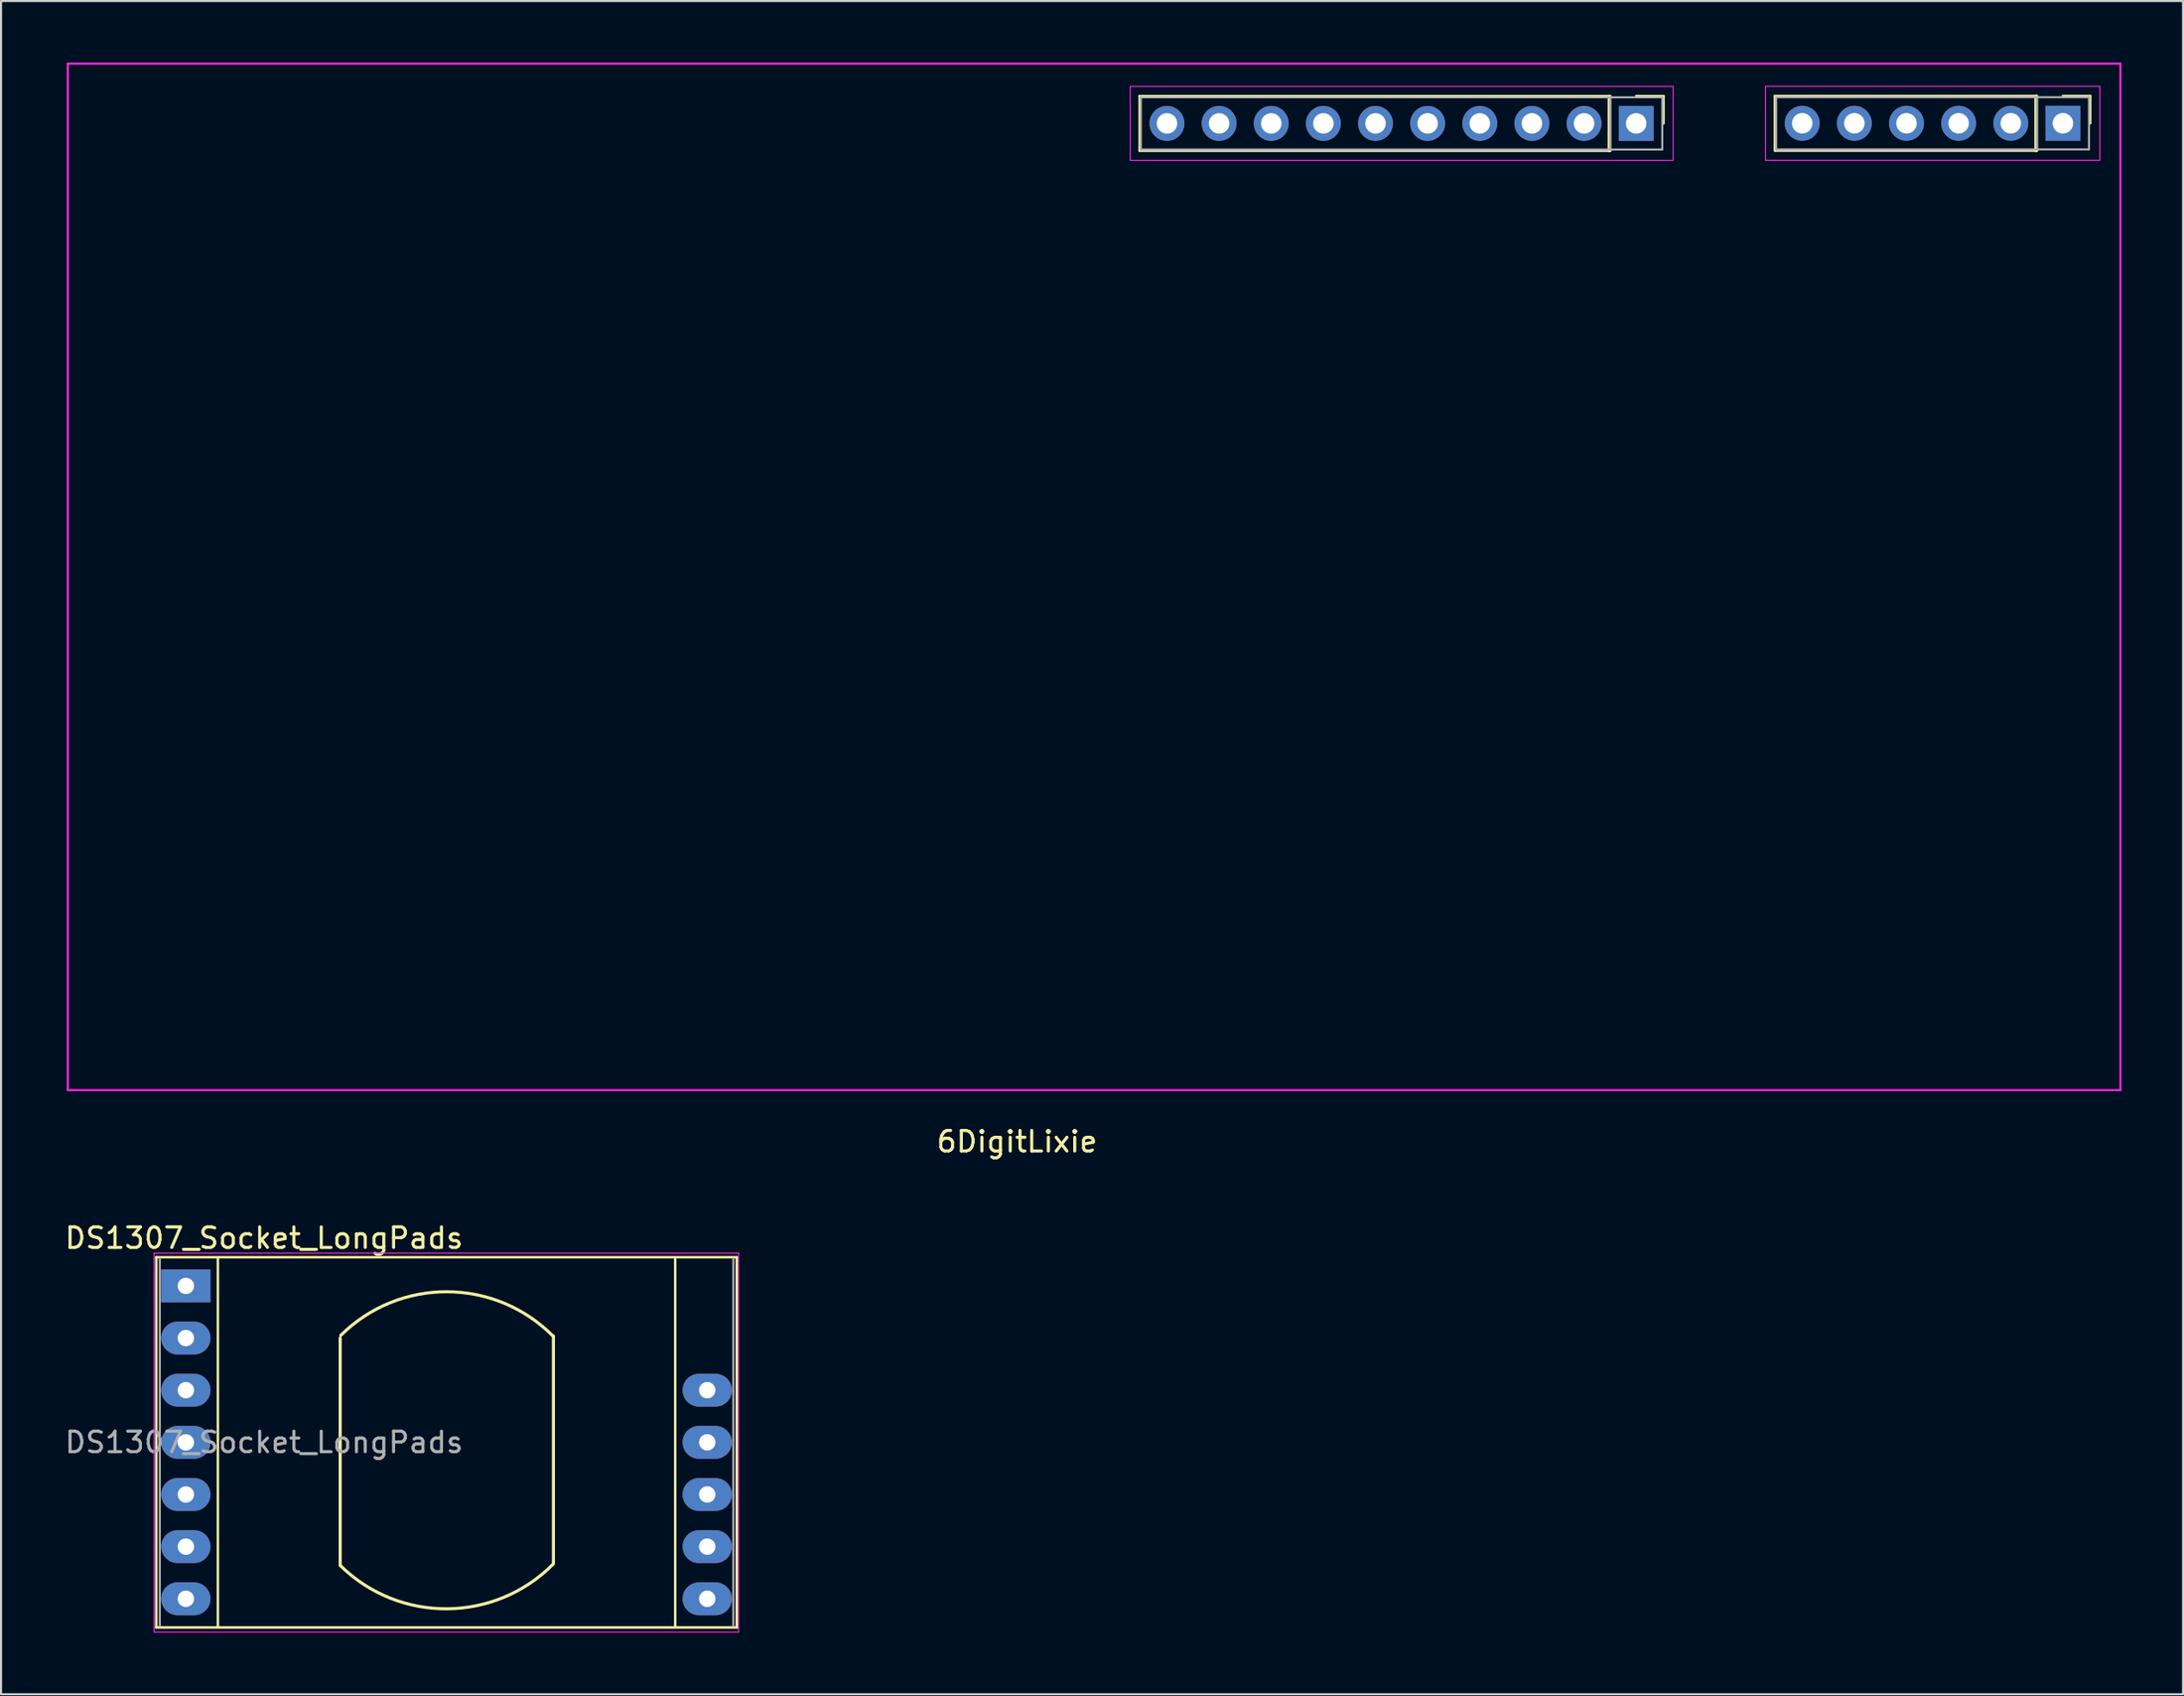
<source format=kicad_pcb>
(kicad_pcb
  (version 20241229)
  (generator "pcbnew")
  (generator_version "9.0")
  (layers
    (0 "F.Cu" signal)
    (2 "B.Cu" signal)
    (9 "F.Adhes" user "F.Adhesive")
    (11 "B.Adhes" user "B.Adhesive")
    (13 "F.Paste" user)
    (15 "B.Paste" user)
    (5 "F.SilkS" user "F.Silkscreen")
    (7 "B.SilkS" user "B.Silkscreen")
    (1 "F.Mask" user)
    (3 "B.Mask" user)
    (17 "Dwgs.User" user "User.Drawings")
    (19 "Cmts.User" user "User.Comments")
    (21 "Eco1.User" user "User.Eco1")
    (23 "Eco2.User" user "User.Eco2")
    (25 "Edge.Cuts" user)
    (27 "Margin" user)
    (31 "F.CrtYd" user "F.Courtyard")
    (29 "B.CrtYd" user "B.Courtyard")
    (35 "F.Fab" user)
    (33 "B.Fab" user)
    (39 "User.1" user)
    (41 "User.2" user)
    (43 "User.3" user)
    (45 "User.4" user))
  (footprint "DS1307_Socket_LongPads"
    (layer "F.Cu")
    (at 6.005 59.587)
    (property "Reference" "DS1307_Socket_LongPads" (at 3.81 -2.33 0) (layer "F.SilkS") (effects (font (size 1 1) (thickness 0.15))))
    (attr through_hole)
    (fp_line (start -1.448 -1.397) (end 26.848 -1.397) (stroke (width 0.12) (type solid)) (layer "F.SilkS"))
    (fp_line (start -1.448 16.637) (end 26.873 16.637) (stroke (width 0.12) (type solid)) (layer "F.SilkS"))
    (fp_line (start -1.44 -1.39) (end -1.44 16.63) (stroke (width 0.12) (type solid)) (layer "F.SilkS"))
    (fp_line (start 1.56 -1.33) (end 1.56 16.57) (stroke (width 0.12) (type solid)) (layer "F.SilkS"))
    (fp_line (start 7.518 2.54) (end 7.518 13.589) (stroke (width 0.15) (type solid)) (layer "F.SilkS"))
    (fp_line (start 17.907 2.438) (end 17.907 13.487) (stroke (width 0.15) (type solid)) (layer "F.SilkS"))
    (fp_line (start 23.84 16.57) (end 23.84 -1.33) (stroke (width 0.12) (type solid)) (layer "F.SilkS"))
    (fp_line (start 26.84 16.63) (end 26.84 -1.39) (stroke (width 0.12) (type solid)) (layer "F.SilkS"))
    (fp_arc (start 7.5438 2.413) (mid 12.717961 0.284672) (end 17.8816 2.4384) (stroke (width 0.15) (type solid)) (layer "F.SilkS"))
    (fp_arc (start 17.907 13.5382) (mid 12.728482 15.72785) (end 7.5184 13.6144) (stroke (width 0.15) (type solid)) (layer "F.SilkS"))
    (fp_line (start -1.55 -1.6) (end -1.55 16.85) (stroke (width 0.05) (type solid)) (layer "F.CrtYd"))
    (fp_line (start 26.93 -1.6) (end -1.533 -1.6) (stroke (width 0.05) (type solid)) (layer "F.CrtYd"))
    (fp_line (start 26.93 16.85) (end 26.93 -1.6) (stroke (width 0.05) (type solid)) (layer "F.CrtYd"))
    (fp_line (start 26.93 16.866) (end -1.533 16.866) (stroke (width 0.05) (type solid)) (layer "F.CrtYd"))
    (fp_line (start -1.27 -1.33) (end -1.27 16.57) (stroke (width 0.1) (type solid)) (layer "F.Fab"))
    (fp_line (start 26.67 16.57) (end 26.67 -1.33) (stroke (width 0.1) (type solid)) (layer "F.Fab"))
    (fp_text user "${REFERENCE}" (at 3.81 7.62 0) (layer "F.Fab") (effects (font (size 1 1) (thickness 0.15))))
    (pad "1" thru_hole rect (at 0 0) (size 2.4 1.6) (drill 0.8) (layers "*.Cu" "*.Mask"))
    (pad "2" thru_hole oval (at 0 2.54) (size 2.4 1.6) (drill 0.8) (layers "*.Cu" "*.Mask"))
    (pad "3" thru_hole oval (at 0 5.08) (size 2.4 1.6) (drill 0.8) (layers "*.Cu" "*.Mask"))
    (pad "4" thru_hole oval (at 0 7.62) (size 2.4 1.6) (drill 0.8) (layers "*.Cu" "*.Mask"))
    (pad "5" thru_hole oval (at 0 10.16) (size 2.4 1.6) (drill 0.8) (layers "*.Cu" "*.Mask"))
    (pad "6" thru_hole oval (at 0 12.7) (size 2.4 1.6) (drill 0.8) (layers "*.Cu" "*.Mask"))
    (pad "7" thru_hole oval (at 0 15.24) (size 2.4 1.6) (drill 0.8) (layers "*.Cu" "*.Mask"))
    (pad "8" thru_hole oval (at 25.4 15.24) (size 2.4 1.6) (drill 0.8) (layers "*.Cu" "*.Mask"))
    (pad "9" thru_hole oval (at 25.4 12.7) (size 2.4 1.6) (drill 0.8) (layers "*.Cu" "*.Mask"))
    (pad "10" thru_hole oval (at 25.4 10.16) (size 2.4 1.6) (drill 0.8) (layers "*.Cu" "*.Mask"))
    (pad "11" thru_hole oval (at 25.4 7.62) (size 2.4 1.6) (drill 0.8) (layers "*.Cu" "*.Mask"))
    (pad "12" thru_hole oval (at 25.4 5.08) (size 2.4 1.6) (drill 0.8) (layers "*.Cu" "*.Mask")))
  (footprint "6DigitLixie"
    (layer "F.Cu")
    (at 0.25 50.06)
    (property "Reference" "6DigitLixie" (at 46.25 2.5 0) (layer "F.SilkS") (effects (font (size 1 1) (thickness 0.15))))
    (attr through_hole)
    (fp_line (start 52.222 -48.429) (end 52.222 -45.769) (stroke (width 0.12) (type solid)) (layer "F.SilkS"))
    (fp_line (start 52.222 -45.769) (end 75.142 -45.769) (stroke (width 0.12) (type solid)) (layer "F.SilkS"))
    (fp_line (start 75.082 -48.429) (end 75.082 -45.769) (stroke (width 0.12) (type solid)) (layer "F.SilkS"))
    (fp_line (start 75.082 -45.769) (end 75.142 -45.769) (stroke (width 0.12) (type solid)) (layer "F.SilkS"))
    (fp_line (start 75.142 -48.429) (end 52.222 -48.429) (stroke (width 0.12) (type solid)) (layer "F.SilkS"))
    (fp_line (start 75.142 -48.429) (end 75.082 -48.429) (stroke (width 0.12) (type solid)) (layer "F.SilkS"))
    (fp_line (start 75.142 -45.769) (end 75.142 -48.429) (stroke (width 0.12) (type solid)) (layer "F.SilkS"))
    (fp_line (start 76.412 -48.429) (end 77.743 -48.429) (stroke (width 0.12) (type solid)) (layer "F.SilkS"))
    (fp_line (start 77.743 -48.429) (end 77.743 -47.099) (stroke (width 0.12) (type solid)) (layer "F.SilkS"))
    (fp_line (start 83.171 -48.434) (end 83.171 -45.775) (stroke (width 0.12) (type solid)) (layer "F.SilkS"))
    (fp_line (start 83.177 -45.775) (end 95.931 -45.775) (stroke (width 0.12) (type solid)) (layer "F.SilkS"))
    (fp_line (start 95.871 -48.434) (end 95.871 -45.775) (stroke (width 0.12) (type solid)) (layer "F.SilkS"))
    (fp_line (start 95.871 -45.775) (end 95.931 -45.775) (stroke (width 0.12) (type solid)) (layer "F.SilkS"))
    (fp_line (start 95.931 -48.434) (end 83.177 -48.434) (stroke (width 0.12) (type solid)) (layer "F.SilkS"))
    (fp_line (start 95.931 -48.434) (end 95.871 -48.434) (stroke (width 0.12) (type solid)) (layer "F.SilkS"))
    (fp_line (start 95.931 -45.775) (end 95.931 -48.434) (stroke (width 0.12) (type solid)) (layer "F.SilkS"))
    (fp_line (start 97.201 -48.434) (end 98.531 -48.434) (stroke (width 0.12) (type solid)) (layer "F.SilkS"))
    (fp_line (start 98.531 -48.434) (end 98.531 -47.105) (stroke (width 0.12) (type solid)) (layer "F.SilkS"))
    (fp_line (start 0.003 -50.01) (end 0.003 -0.01) (stroke (width 0.1) (type solid)) (layer "F.CrtYd"))
    (fp_line (start 0.003 -50.01) (end 100.003 -50.01) (stroke (width 0.1) (type solid)) (layer "F.CrtYd"))
    (fp_line (start 0.003 -0.01) (end 100.003 -0.01) (stroke (width 0.1) (type solid)) (layer "F.CrtYd"))
    (fp_line (start 51.763 -48.899) (end 51.763 -45.299) (stroke (width 0.05) (type solid)) (layer "F.CrtYd"))
    (fp_line (start 51.763 -45.299) (end 78.213 -45.299) (stroke (width 0.05) (type solid)) (layer "F.CrtYd"))
    (fp_line (start 78.213 -48.899) (end 51.763 -48.899) (stroke (width 0.05) (type solid)) (layer "F.CrtYd"))
    (fp_line (start 78.213 -45.299) (end 78.213 -48.899) (stroke (width 0.05) (type solid)) (layer "F.CrtYd"))
    (fp_line (start 82.712 -48.904) (end 82.712 -45.304) (stroke (width 0.05) (type solid)) (layer "F.CrtYd"))
    (fp_line (start 82.717 -45.304) (end 99.001 -45.304) (stroke (width 0.05) (type solid)) (layer "F.CrtYd"))
    (fp_line (start 99.001 -48.904) (end 82.717 -48.904) (stroke (width 0.05) (type solid)) (layer "F.CrtYd"))
    (fp_line (start 99.001 -45.304) (end 99.001 -48.904) (stroke (width 0.05) (type solid)) (layer "F.CrtYd"))
    (fp_line (start 100.003 -50.01) (end 100.003 -0.01) (stroke (width 0.1) (type solid)) (layer "F.CrtYd"))
    (fp_line (start 52.282 -48.369) (end 52.282 -45.829) (stroke (width 0.1) (type solid)) (layer "F.Fab"))
    (fp_line (start 52.282 -45.829) (end 77.683 -45.829) (stroke (width 0.1) (type solid)) (layer "F.Fab"))
    (fp_line (start 75.142 -48.369) (end 75.142 -45.829) (stroke (width 0.1) (type solid)) (layer "F.Fab"))
    (fp_line (start 77.683 -48.369) (end 52.282 -48.369) (stroke (width 0.1) (type solid)) (layer "F.Fab"))
    (fp_line (start 77.683 -45.829) (end 77.683 -48.369) (stroke (width 0.1) (type solid)) (layer "F.Fab"))
    (fp_line (start 83.231 -48.374) (end 83.231 -45.834) (stroke (width 0.1) (type solid)) (layer "F.Fab"))
    (fp_line (start 83.247 -45.834) (end 98.472 -45.834) (stroke (width 0.1) (type solid)) (layer "F.Fab"))
    (fp_line (start 95.931 -48.374) (end 95.931 -45.834) (stroke (width 0.1) (type solid)) (layer "F.Fab"))
    (fp_line (start 98.472 -48.374) (end 83.247 -48.374) (stroke (width 0.1) (type solid)) (layer "F.Fab"))
    (fp_line (start 98.472 -45.834) (end 98.472 -48.374) (stroke (width 0.1) (type solid)) (layer "F.Fab"))
    (pad "1" thru_hole rect (at 97.201 -47.105 270) (size 1.7 1.7) (drill 1) (layers "*.Cu" "*.Mask"))
    (pad "2" thru_hole oval (at 94.662 -47.105 270) (size 1.7 1.7) (drill 1) (layers "*.Cu" "*.Mask"))
    (pad "3" thru_hole oval (at 92.121 -47.105 270) (size 1.7 1.7) (drill 1) (layers "*.Cu" "*.Mask"))
    (pad "4" thru_hole oval (at 89.582 -47.105 270) (size 1.7 1.7) (drill 1) (layers "*.Cu" "*.Mask"))
    (pad "5" thru_hole oval (at 87.041 -47.105 270) (size 1.7 1.7) (drill 1) (layers "*.Cu" "*.Mask"))
    (pad "6" thru_hole oval (at 84.501 -47.105 270) (size 1.7 1.7) (drill 1) (layers "*.Cu" "*.Mask"))
    (pad "7" thru_hole rect (at 76.412 -47.099 270) (size 1.7 1.7) (drill 1) (layers "*.Cu" "*.Mask"))
    (pad "8" thru_hole oval (at 73.873 -47.099 270) (size 1.7 1.7) (drill 1) (layers "*.Cu" "*.Mask"))
    (pad "9" thru_hole oval (at 71.332 -47.099 270) (size 1.7 1.7) (drill 1) (layers "*.Cu" "*.Mask"))
    (pad "10" thru_hole oval (at 68.793 -47.099 270) (size 1.7 1.7) (drill 1) (layers "*.Cu" "*.Mask"))
    (pad "11" thru_hole oval (at 66.252 -47.099 270) (size 1.7 1.7) (drill 1) (layers "*.Cu" "*.Mask"))
    (pad "12" thru_hole oval (at 63.712 -47.099 270) (size 1.7 1.7) (drill 1) (layers "*.Cu" "*.Mask"))
    (pad "13" thru_hole oval (at 61.172 -47.099 270) (size 1.7 1.7) (drill 1) (layers "*.Cu" "*.Mask"))
    (pad "14" thru_hole oval (at 58.633 -47.099 270) (size 1.7 1.7) (drill 1) (layers "*.Cu" "*.Mask"))
    (pad "15" thru_hole oval (at 56.093 -47.099 270) (size 1.7 1.7) (drill 1) (layers "*.Cu" "*.Mask"))
    (pad "16" thru_hole oval (at 53.553 -47.099 270) (size 1.7 1.7) (drill 1) (layers "*.Cu" "*.Mask")))
  (gr_rect
    (start -3 -3)
    (end 103.303 79.477)
    (stroke (width 0.1) (type default))
    (fill no)
    (layer "Edge.Cuts")))
</source>
